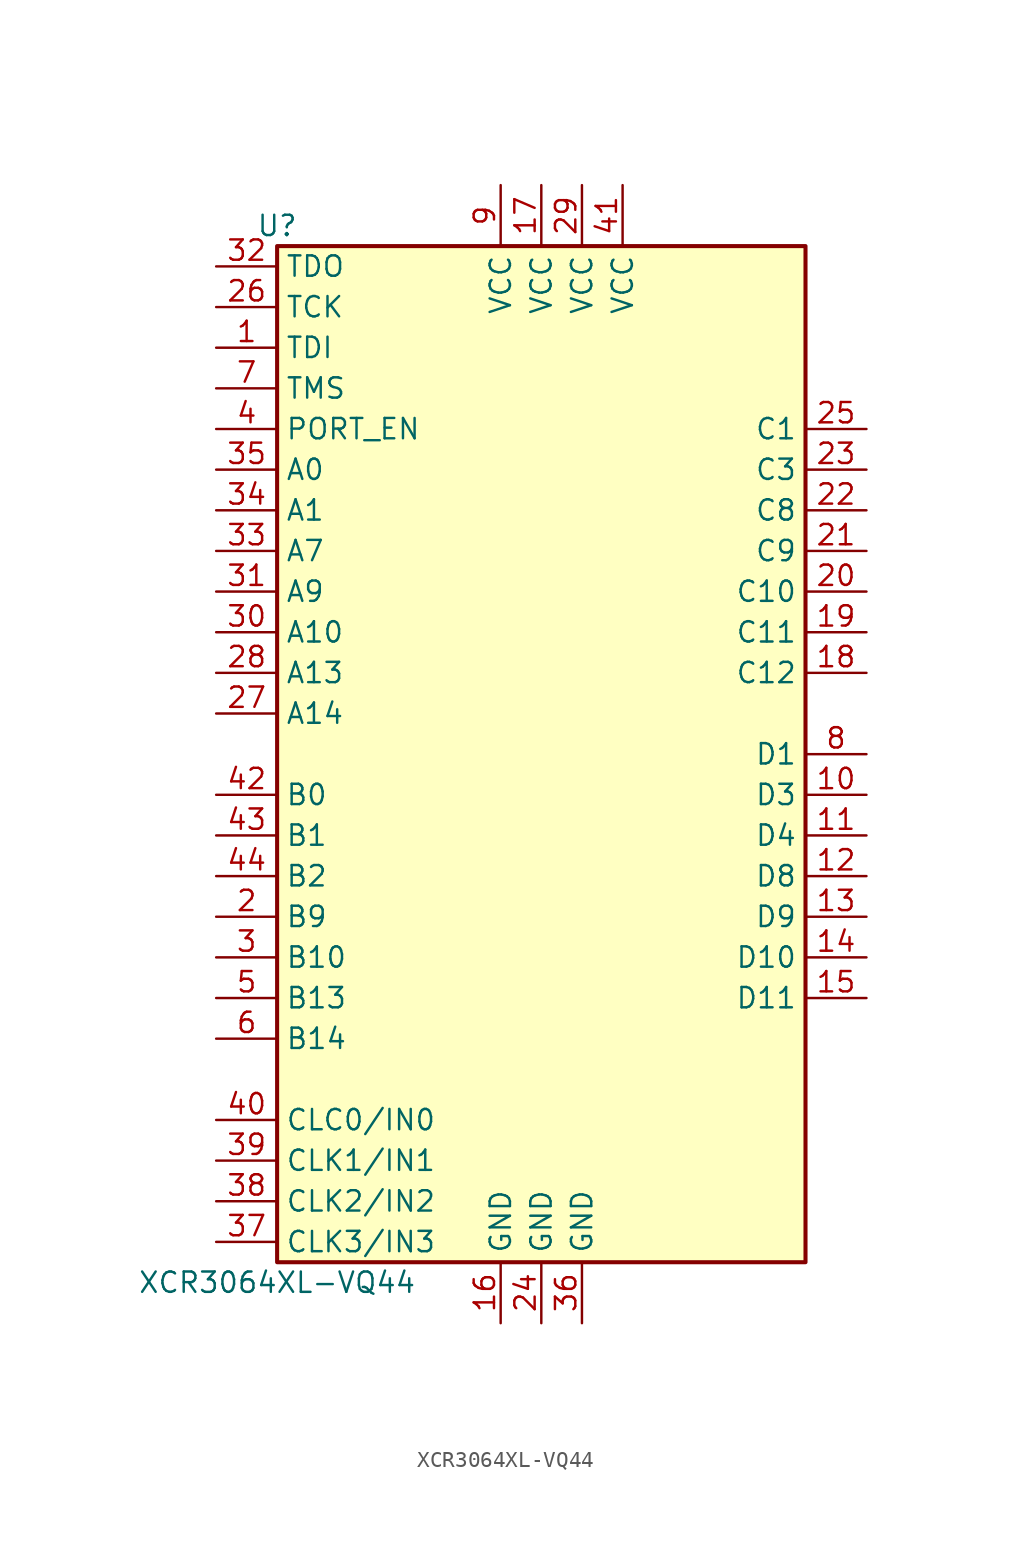
<source format=kicad_sym>
(kicad_symbol_lib
  (version 20201005)
  (generator kicad_symbol_editor)
  (symbol "CPLD_Xilinx:XCR3064XL-VQ44"
    (property "Reference" "U"
      (at -16.51 33.02 0)
      (effects (font (size 1.27 1.27))))
    (property "Value" "XCR3064XL-VQ44"
      (at -16.51 -33.02 0)
      (effects (font (size 1.27 1.27))))
    (symbol "XCR3064XL-VQ44_1_1"
      (rectangle (start -16.51 31.75) (end 16.51 -31.75) (stroke (width 0.254)) (fill (type background)))
      (pin passive line (at -20.32 25.4 0) (length 3.81) (name "TDI" (effects (font (size 1.27 1.27)))) (number "1" (effects (font (size 1.27 1.27)))))
      (pin passive line (at -20.32 -10.16 0) (length 3.81) (name "B9" (effects (font (size 1.27 1.27)))) (number "2" (effects (font (size 1.27 1.27)))))
      (pin passive line (at -20.32 -12.7 0) (length 3.81) (name "B10" (effects (font (size 1.27 1.27)))) (number "3" (effects (font (size 1.27 1.27)))))
      (pin passive line (at -20.32 20.32 0) (length 3.81) (name "PORT_EN" (effects (font (size 1.27 1.27)))) (number "4" (effects (font (size 1.27 1.27)))))
      (pin passive line (at -20.32 -15.24 0) (length 3.81) (name "B13" (effects (font (size 1.27 1.27)))) (number "5" (effects (font (size 1.27 1.27)))))
      (pin passive line (at -20.32 -17.78 0) (length 3.81) (name "B14" (effects (font (size 1.27 1.27)))) (number "6" (effects (font (size 1.27 1.27)))))
      (pin passive line (at -20.32 22.86 0) (length 3.81) (name "TMS" (effects (font (size 1.27 1.27)))) (number "7" (effects (font (size 1.27 1.27)))))
      (pin passive line (at 20.32 0 180) (length 3.81) (name "D1" (effects (font (size 1.27 1.27)))) (number "8" (effects (font (size 1.27 1.27)))))
      (pin power_in line (at -2.54 35.56 270) (length 3.81) (name "VCC" (effects (font (size 1.27 1.27)))) (number "9" (effects (font (size 1.27 1.27)))))
      (pin passive line (at 20.32 -2.54 180) (length 3.81) (name "D3" (effects (font (size 1.27 1.27)))) (number "10" (effects (font (size 1.27 1.27)))))
      (pin passive line (at 20.32 10.16 180) (length 3.81) (name "C10" (effects (font (size 1.27 1.27)))) (number "20" (effects (font (size 1.27 1.27)))))
      (pin passive line (at -20.32 7.62 0) (length 3.81) (name "A10" (effects (font (size 1.27 1.27)))) (number "30" (effects (font (size 1.27 1.27)))))
      (pin input line (at -20.32 -22.86 0) (length 3.81) (name "CLC0/IN0" (effects (font (size 1.27 1.27)))) (number "40" (effects (font (size 1.27 1.27)))))
      (pin passive line (at 20.32 -5.08 180) (length 3.81) (name "D4" (effects (font (size 1.27 1.27)))) (number "11" (effects (font (size 1.27 1.27)))))
      (pin passive line (at 20.32 12.7 180) (length 3.81) (name "C9" (effects (font (size 1.27 1.27)))) (number "21" (effects (font (size 1.27 1.27)))))
      (pin passive line (at -20.32 10.16 0) (length 3.81) (name "A9" (effects (font (size 1.27 1.27)))) (number "31" (effects (font (size 1.27 1.27)))))
      (pin power_in line (at 5.08 35.56 270) (length 3.81) (name "VCC" (effects (font (size 1.27 1.27)))) (number "41" (effects (font (size 1.27 1.27)))))
      (pin passive line (at 20.32 -7.62 180) (length 3.81) (name "D8" (effects (font (size 1.27 1.27)))) (number "12" (effects (font (size 1.27 1.27)))))
      (pin passive line (at 20.32 15.24 180) (length 3.81) (name "C8" (effects (font (size 1.27 1.27)))) (number "22" (effects (font (size 1.27 1.27)))))
      (pin passive line (at -20.32 30.48 0) (length 3.81) (name "TDO" (effects (font (size 1.27 1.27)))) (number "32" (effects (font (size 1.27 1.27)))))
      (pin passive line (at -20.32 -2.54 0) (length 3.81) (name "B0" (effects (font (size 1.27 1.27)))) (number "42" (effects (font (size 1.27 1.27)))))
      (pin passive line (at 20.32 -10.16 180) (length 3.81) (name "D9" (effects (font (size 1.27 1.27)))) (number "13" (effects (font (size 1.27 1.27)))))
      (pin passive line (at 20.32 17.78 180) (length 3.81) (name "C3" (effects (font (size 1.27 1.27)))) (number "23" (effects (font (size 1.27 1.27)))))
      (pin passive line (at -20.32 12.7 0) (length 3.81) (name "A7" (effects (font (size 1.27 1.27)))) (number "33" (effects (font (size 1.27 1.27)))))
      (pin passive line (at -20.32 -5.08 0) (length 3.81) (name "B1" (effects (font (size 1.27 1.27)))) (number "43" (effects (font (size 1.27 1.27)))))
      (pin passive line (at 20.32 -12.7 180) (length 3.81) (name "D10" (effects (font (size 1.27 1.27)))) (number "14" (effects (font (size 1.27 1.27)))))
      (pin power_in line (at 0 -35.56 90) (length 3.81) (name "GND" (effects (font (size 1.27 1.27)))) (number "24" (effects (font (size 1.27 1.27)))))
      (pin passive line (at -20.32 15.24 0) (length 3.81) (name "A1" (effects (font (size 1.27 1.27)))) (number "34" (effects (font (size 1.27 1.27)))))
      (pin passive line (at -20.32 -7.62 0) (length 3.81) (name "B2" (effects (font (size 1.27 1.27)))) (number "44" (effects (font (size 1.27 1.27)))))
      (pin passive line (at 20.32 -15.24 180) (length 3.81) (name "D11" (effects (font (size 1.27 1.27)))) (number "15" (effects (font (size 1.27 1.27)))))
      (pin passive line (at 20.32 20.32 180) (length 3.81) (name "C1" (effects (font (size 1.27 1.27)))) (number "25" (effects (font (size 1.27 1.27)))))
      (pin passive line (at -20.32 17.78 0) (length 3.81) (name "A0" (effects (font (size 1.27 1.27)))) (number "35" (effects (font (size 1.27 1.27)))))
      (pin power_in line (at -2.54 -35.56 90) (length 3.81) (name "GND" (effects (font (size 1.27 1.27)))) (number "16" (effects (font (size 1.27 1.27)))))
      (pin passive line (at -20.32 27.94 0) (length 3.81) (name "TCK" (effects (font (size 1.27 1.27)))) (number "26" (effects (font (size 1.27 1.27)))))
      (pin power_in line (at 2.54 -35.56 90) (length 3.81) (name "GND" (effects (font (size 1.27 1.27)))) (number "36" (effects (font (size 1.27 1.27)))))
      (pin power_in line (at 0 35.56 270) (length 3.81) (name "VCC" (effects (font (size 1.27 1.27)))) (number "17" (effects (font (size 1.27 1.27)))))
      (pin passive line (at -20.32 2.54 0) (length 3.81) (name "A14" (effects (font (size 1.27 1.27)))) (number "27" (effects (font (size 1.27 1.27)))))
      (pin input line (at -20.32 -30.48 0) (length 3.81) (name "CLK3/IN3" (effects (font (size 1.27 1.27)))) (number "37" (effects (font (size 1.27 1.27)))))
      (pin passive line (at 20.32 5.08 180) (length 3.81) (name "C12" (effects (font (size 1.27 1.27)))) (number "18" (effects (font (size 1.27 1.27)))))
      (pin passive line (at -20.32 5.08 0) (length 3.81) (name "A13" (effects (font (size 1.27 1.27)))) (number "28" (effects (font (size 1.27 1.27)))))
      (pin input line (at -20.32 -27.94 0) (length 3.81) (name "CLK2/IN2" (effects (font (size 1.27 1.27)))) (number "38" (effects (font (size 1.27 1.27)))))
      (pin passive line (at 20.32 7.62 180) (length 3.81) (name "C11" (effects (font (size 1.27 1.27)))) (number "19" (effects (font (size 1.27 1.27)))))
      (pin power_in line (at 2.54 35.56 270) (length 3.81) (name "VCC" (effects (font (size 1.27 1.27)))) (number "29" (effects (font (size 1.27 1.27)))))
      (pin input line (at -20.32 -25.4 0) (length 3.81) (name "CLK1/IN1" (effects (font (size 1.27 1.27)))) (number "39" (effects (font (size 1.27 1.27))))))))
</source>
